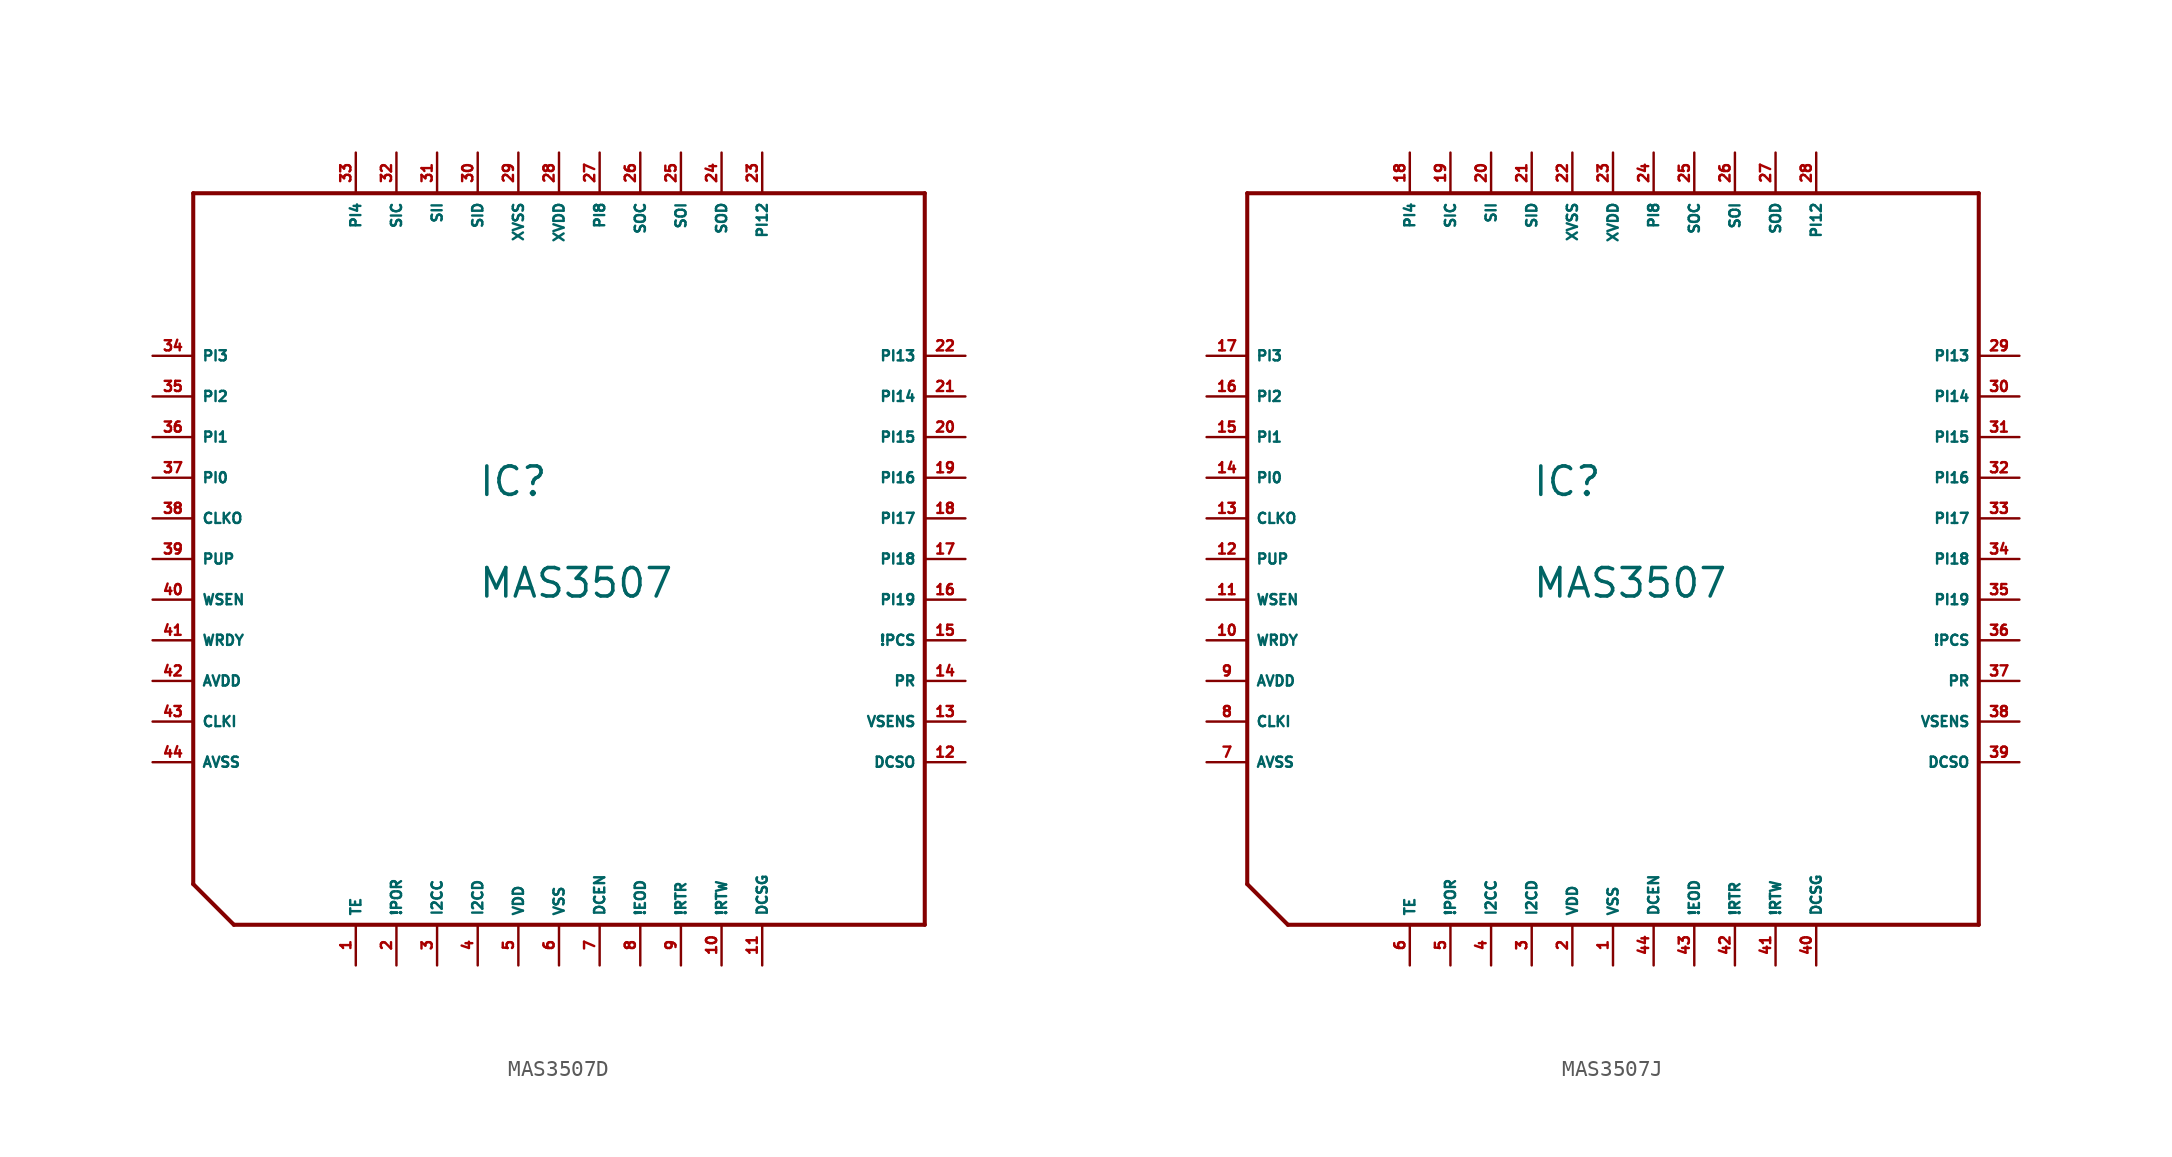
<source format=kicad_sym>
(kicad_symbol_lib
  (version 20220914)
  (generator Eagle2Kicad)
  (symbol "MAS3507D"
    (property "Reference" "IC"
      (at -5.08 3.81 0)
      (effects (font (size 1.778 1.778) (thickness 0.22)) (justify left bottom)))
    (property "Value" "MAS3507"
      (at -5.08 -2.54 0)
      (effects (font (size 1.778 1.778) (thickness 0.22)) (justify left bottom)))
    (polyline
      (pts (xy -22.86 22.86) (xy 22.86 22.86))
      (stroke (width 0.254) (type default))
      (fill (type none)))
    (polyline
      (pts (xy 22.86 22.86) (xy 22.86 -22.86))
      (stroke (width 0.254) (type default))
      (fill (type none)))
    (polyline
      (pts (xy 22.86 -22.86) (xy -20.32 -22.86))
      (stroke (width 0.254) (type default))
      (fill (type none)))
    (polyline
      (pts (xy -20.32 -22.86) (xy -22.86 -20.32))
      (stroke (width 0.254) (type default))
      (fill (type none)))
    (polyline
      (pts (xy -22.86 -20.32) (xy -22.86 22.86))
      (stroke (width 0.254) (type default))
      (fill (type none)))
    (pin input line
      (at -12.7 -25.4 90)
      (length 2.54)
      (name "TE" (effects (font (size 0.635 0.635) (thickness 0.08)) (justify left bottom)))
      (number "1" (effects (font (size 0.635 0.635) (thickness 0.08)) (justify left bottom))))
    (pin input line
      (at -10.16 -25.4 90)
      (length 2.54)
      (name "!POR" (effects (font (size 0.635 0.635) (thickness 0.08)) (justify left bottom)))
      (number "2" (effects (font (size 0.635 0.635) (thickness 0.08)) (justify left bottom))))
    (pin bidirectional line
      (at -7.62 -25.4 90)
      (length 2.54)
      (name "I2CC" (effects (font (size 0.635 0.635) (thickness 0.08)) (justify left bottom)))
      (number "3" (effects (font (size 0.635 0.635) (thickness 0.08)) (justify left bottom))))
    (pin bidirectional line
      (at -5.08 -25.4 90)
      (length 2.54)
      (name "I2CD" (effects (font (size 0.635 0.635) (thickness 0.08)) (justify left bottom)))
      (number "4" (effects (font (size 0.635 0.635) (thickness 0.08)) (justify left bottom))))
    (pin unspecified line
      (at -2.54 -25.4 90)
      (length 2.54)
      (name "VDD" (effects (font (size 0.635 0.635) (thickness 0.08)) (justify left bottom)))
      (number "5" (effects (font (size 0.635 0.635) (thickness 0.08)) (justify left bottom))))
    (pin unspecified line
      (at 0 -25.4 90)
      (length 2.54)
      (name "VSS" (effects (font (size 0.635 0.635) (thickness 0.08)) (justify left bottom)))
      (number "6" (effects (font (size 0.635 0.635) (thickness 0.08)) (justify left bottom))))
    (pin input line
      (at 2.54 -25.4 90)
      (length 2.54)
      (name "DCEN" (effects (font (size 0.635 0.635) (thickness 0.08)) (justify left bottom)))
      (number "7" (effects (font (size 0.635 0.635) (thickness 0.08)) (justify left bottom))))
    (pin output line
      (at 5.08 -25.4 90)
      (length 2.54)
      (name "!EOD" (effects (font (size 0.635 0.635) (thickness 0.08)) (justify left bottom)))
      (number "8" (effects (font (size 0.635 0.635) (thickness 0.08)) (justify left bottom))))
    (pin output line
      (at 7.62 -25.4 90)
      (length 2.54)
      (name "!RTR" (effects (font (size 0.635 0.635) (thickness 0.08)) (justify left bottom)))
      (number "9" (effects (font (size 0.635 0.635) (thickness 0.08)) (justify left bottom))))
    (pin output line
      (at 10.16 -25.4 90)
      (length 2.54)
      (name "!RTW" (effects (font (size 0.635 0.635) (thickness 0.08)) (justify left bottom)))
      (number "10" (effects (font (size 0.635 0.635) (thickness 0.08)) (justify left bottom))))
    (pin unspecified line
      (at 12.7 -25.4 90)
      (length 2.54)
      (name "DCSG" (effects (font (size 0.635 0.635) (thickness 0.08)) (justify left bottom)))
      (number "11" (effects (font (size 0.635 0.635) (thickness 0.08)) (justify left bottom))))
    (pin output line
      (at 25.4 -12.7 180)
      (length 2.54)
      (name "DCSO" (effects (font (size 0.635 0.635) (thickness 0.08)) (justify left bottom)))
      (number "12" (effects (font (size 0.635 0.635) (thickness 0.08)) (justify left bottom))))
    (pin input line
      (at 25.4 -10.16 180)
      (length 2.54)
      (name "VSENS" (effects (font (size 0.635 0.635) (thickness 0.08)) (justify left bottom)))
      (number "13" (effects (font (size 0.635 0.635) (thickness 0.08)) (justify left bottom))))
    (pin input line
      (at 25.4 -7.62 180)
      (length 2.54)
      (name "PR" (effects (font (size 0.635 0.635) (thickness 0.08)) (justify left bottom)))
      (number "14" (effects (font (size 0.635 0.635) (thickness 0.08)) (justify left bottom))))
    (pin input line
      (at 25.4 -5.08 180)
      (length 2.54)
      (name "!PCS" (effects (font (size 0.635 0.635) (thickness 0.08)) (justify left bottom)))
      (number "15" (effects (font (size 0.635 0.635) (thickness 0.08)) (justify left bottom))))
    (pin bidirectional line
      (at 25.4 -2.54 180)
      (length 2.54)
      (name "PI19" (effects (font (size 0.635 0.635) (thickness 0.08)) (justify left bottom)))
      (number "16" (effects (font (size 0.635 0.635) (thickness 0.08)) (justify left bottom))))
    (pin bidirectional line
      (at 25.4 0 180)
      (length 2.54)
      (name "PI18" (effects (font (size 0.635 0.635) (thickness 0.08)) (justify left bottom)))
      (number "17" (effects (font (size 0.635 0.635) (thickness 0.08)) (justify left bottom))))
    (pin bidirectional line
      (at 25.4 2.54 180)
      (length 2.54)
      (name "PI17" (effects (font (size 0.635 0.635) (thickness 0.08)) (justify left bottom)))
      (number "18" (effects (font (size 0.635 0.635) (thickness 0.08)) (justify left bottom))))
    (pin bidirectional line
      (at 25.4 5.08 180)
      (length 2.54)
      (name "PI16" (effects (font (size 0.635 0.635) (thickness 0.08)) (justify left bottom)))
      (number "19" (effects (font (size 0.635 0.635) (thickness 0.08)) (justify left bottom))))
    (pin bidirectional line
      (at 25.4 7.62 180)
      (length 2.54)
      (name "PI15" (effects (font (size 0.635 0.635) (thickness 0.08)) (justify left bottom)))
      (number "20" (effects (font (size 0.635 0.635) (thickness 0.08)) (justify left bottom))))
    (pin bidirectional line
      (at 25.4 10.16 180)
      (length 2.54)
      (name "PI14" (effects (font (size 0.635 0.635) (thickness 0.08)) (justify left bottom)))
      (number "21" (effects (font (size 0.635 0.635) (thickness 0.08)) (justify left bottom))))
    (pin bidirectional line
      (at 25.4 12.7 180)
      (length 2.54)
      (name "PI13" (effects (font (size 0.635 0.635) (thickness 0.08)) (justify left bottom)))
      (number "22" (effects (font (size 0.635 0.635) (thickness 0.08)) (justify left bottom))))
    (pin bidirectional line
      (at 12.7 25.4 270)
      (length 2.54)
      (name "PI12" (effects (font (size 0.635 0.635) (thickness 0.08)) (justify left bottom)))
      (number "23" (effects (font (size 0.635 0.635) (thickness 0.08)) (justify left bottom))))
    (pin output line
      (at 10.16 25.4 270)
      (length 2.54)
      (name "SOD" (effects (font (size 0.635 0.635) (thickness 0.08)) (justify left bottom)))
      (number "24" (effects (font (size 0.635 0.635) (thickness 0.08)) (justify left bottom))))
    (pin output line
      (at 7.62 25.4 270)
      (length 2.54)
      (name "SOI" (effects (font (size 0.635 0.635) (thickness 0.08)) (justify left bottom)))
      (number "25" (effects (font (size 0.635 0.635) (thickness 0.08)) (justify left bottom))))
    (pin output line
      (at 5.08 25.4 270)
      (length 2.54)
      (name "SOC" (effects (font (size 0.635 0.635) (thickness 0.08)) (justify left bottom)))
      (number "26" (effects (font (size 0.635 0.635) (thickness 0.08)) (justify left bottom))))
    (pin bidirectional line
      (at 2.54 25.4 270)
      (length 2.54)
      (name "PI8" (effects (font (size 0.635 0.635) (thickness 0.08)) (justify left bottom)))
      (number "27" (effects (font (size 0.635 0.635) (thickness 0.08)) (justify left bottom))))
    (pin unspecified line
      (at 0 25.4 270)
      (length 2.54)
      (name "XVDD" (effects (font (size 0.635 0.635) (thickness 0.08)) (justify left bottom)))
      (number "28" (effects (font (size 0.635 0.635) (thickness 0.08)) (justify left bottom))))
    (pin unspecified line
      (at -2.54 25.4 270)
      (length 2.54)
      (name "XVSS" (effects (font (size 0.635 0.635) (thickness 0.08)) (justify left bottom)))
      (number "29" (effects (font (size 0.635 0.635) (thickness 0.08)) (justify left bottom))))
    (pin input line
      (at -5.08 25.4 270)
      (length 2.54)
      (name "SID" (effects (font (size 0.635 0.635) (thickness 0.08)) (justify left bottom)))
      (number "30" (effects (font (size 0.635 0.635) (thickness 0.08)) (justify left bottom))))
    (pin input line
      (at -7.62 25.4 270)
      (length 2.54)
      (name "SII" (effects (font (size 0.635 0.635) (thickness 0.08)) (justify left bottom)))
      (number "31" (effects (font (size 0.635 0.635) (thickness 0.08)) (justify left bottom))))
    (pin input line
      (at -10.16 25.4 270)
      (length 2.54)
      (name "SIC" (effects (font (size 0.635 0.635) (thickness 0.08)) (justify left bottom)))
      (number "32" (effects (font (size 0.635 0.635) (thickness 0.08)) (justify left bottom))))
    (pin bidirectional line
      (at -12.7 25.4 270)
      (length 2.54)
      (name "PI4" (effects (font (size 0.635 0.635) (thickness 0.08)) (justify left bottom)))
      (number "33" (effects (font (size 0.635 0.635) (thickness 0.08)) (justify left bottom))))
    (pin bidirectional line
      (at -25.4 12.7 0)
      (length 2.54)
      (name "PI3" (effects (font (size 0.635 0.635) (thickness 0.08)) (justify left bottom)))
      (number "34" (effects (font (size 0.635 0.635) (thickness 0.08)) (justify left bottom))))
    (pin bidirectional line
      (at -25.4 10.16 0)
      (length 2.54)
      (name "PI2" (effects (font (size 0.635 0.635) (thickness 0.08)) (justify left bottom)))
      (number "35" (effects (font (size 0.635 0.635) (thickness 0.08)) (justify left bottom))))
    (pin bidirectional line
      (at -25.4 7.62 0)
      (length 2.54)
      (name "PI1" (effects (font (size 0.635 0.635) (thickness 0.08)) (justify left bottom)))
      (number "36" (effects (font (size 0.635 0.635) (thickness 0.08)) (justify left bottom))))
    (pin bidirectional line
      (at -25.4 5.08 0)
      (length 2.54)
      (name "PI0" (effects (font (size 0.635 0.635) (thickness 0.08)) (justify left bottom)))
      (number "37" (effects (font (size 0.635 0.635) (thickness 0.08)) (justify left bottom))))
    (pin output line
      (at -25.4 2.54 0)
      (length 2.54)
      (name "CLKO" (effects (font (size 0.635 0.635) (thickness 0.08)) (justify left bottom)))
      (number "38" (effects (font (size 0.635 0.635) (thickness 0.08)) (justify left bottom))))
    (pin output line
      (at -25.4 0 0)
      (length 2.54)
      (name "PUP" (effects (font (size 0.635 0.635) (thickness 0.08)) (justify left bottom)))
      (number "39" (effects (font (size 0.635 0.635) (thickness 0.08)) (justify left bottom))))
    (pin input line
      (at -25.4 -2.54 0)
      (length 2.54)
      (name "WSEN" (effects (font (size 0.635 0.635) (thickness 0.08)) (justify left bottom)))
      (number "40" (effects (font (size 0.635 0.635) (thickness 0.08)) (justify left bottom))))
    (pin output line
      (at -25.4 -5.08 0)
      (length 2.54)
      (name "WRDY" (effects (font (size 0.635 0.635) (thickness 0.08)) (justify left bottom)))
      (number "41" (effects (font (size 0.635 0.635) (thickness 0.08)) (justify left bottom))))
    (pin unspecified line
      (at -25.4 -7.62 0)
      (length 2.54)
      (name "AVDD" (effects (font (size 0.635 0.635) (thickness 0.08)) (justify left bottom)))
      (number "42" (effects (font (size 0.635 0.635) (thickness 0.08)) (justify left bottom))))
    (pin input line
      (at -25.4 -10.16 0)
      (length 2.54)
      (name "CLKI" (effects (font (size 0.635 0.635) (thickness 0.08)) (justify left bottom)))
      (number "43" (effects (font (size 0.635 0.635) (thickness 0.08)) (justify left bottom))))
    (pin unspecified line
      (at -25.4 -12.7 0)
      (length 2.54)
      (name "AVSS" (effects (font (size 0.635 0.635) (thickness 0.08)) (justify left bottom)))
      (number "44" (effects (font (size 0.635 0.635) (thickness 0.08)) (justify left bottom)))))
  (symbol "MAS3507J"
    (property "Reference" "IC"
      (at -5.08 3.81 0)
      (effects (font (size 1.778 1.778) (thickness 0.22)) (justify left bottom)))
    (property "Value" "MAS3507"
      (at -5.08 -2.54 0)
      (effects (font (size 1.778 1.778) (thickness 0.22)) (justify left bottom)))
    (polyline
      (pts (xy -22.86 22.86) (xy 22.86 22.86))
      (stroke (width 0.254) (type default))
      (fill (type none)))
    (polyline
      (pts (xy 22.86 22.86) (xy 22.86 -22.86))
      (stroke (width 0.254) (type default))
      (fill (type none)))
    (polyline
      (pts (xy 22.86 -22.86) (xy -20.32 -22.86))
      (stroke (width 0.254) (type default))
      (fill (type none)))
    (polyline
      (pts (xy -20.32 -22.86) (xy -22.86 -20.32))
      (stroke (width 0.254) (type default))
      (fill (type none)))
    (polyline
      (pts (xy -22.86 -20.32) (xy -22.86 22.86))
      (stroke (width 0.254) (type default))
      (fill (type none)))
    (pin input line
      (at -12.7 -25.4 90)
      (length 2.54)
      (name "TE" (effects (font (size 0.635 0.635) (thickness 0.08)) (justify left bottom)))
      (number "6" (effects (font (size 0.635 0.635) (thickness 0.08)) (justify left bottom))))
    (pin input line
      (at -10.16 -25.4 90)
      (length 2.54)
      (name "!POR" (effects (font (size 0.635 0.635) (thickness 0.08)) (justify left bottom)))
      (number "5" (effects (font (size 0.635 0.635) (thickness 0.08)) (justify left bottom))))
    (pin bidirectional line
      (at -7.62 -25.4 90)
      (length 2.54)
      (name "I2CC" (effects (font (size 0.635 0.635) (thickness 0.08)) (justify left bottom)))
      (number "4" (effects (font (size 0.635 0.635) (thickness 0.08)) (justify left bottom))))
    (pin bidirectional line
      (at -5.08 -25.4 90)
      (length 2.54)
      (name "I2CD" (effects (font (size 0.635 0.635) (thickness 0.08)) (justify left bottom)))
      (number "3" (effects (font (size 0.635 0.635) (thickness 0.08)) (justify left bottom))))
    (pin unspecified line
      (at -2.54 -25.4 90)
      (length 2.54)
      (name "VDD" (effects (font (size 0.635 0.635) (thickness 0.08)) (justify left bottom)))
      (number "2" (effects (font (size 0.635 0.635) (thickness 0.08)) (justify left bottom))))
    (pin unspecified line
      (at 0 -25.4 90)
      (length 2.54)
      (name "VSS" (effects (font (size 0.635 0.635) (thickness 0.08)) (justify left bottom)))
      (number "1" (effects (font (size 0.635 0.635) (thickness 0.08)) (justify left bottom))))
    (pin input line
      (at 2.54 -25.4 90)
      (length 2.54)
      (name "DCEN" (effects (font (size 0.635 0.635) (thickness 0.08)) (justify left bottom)))
      (number "44" (effects (font (size 0.635 0.635) (thickness 0.08)) (justify left bottom))))
    (pin output line
      (at 5.08 -25.4 90)
      (length 2.54)
      (name "!EOD" (effects (font (size 0.635 0.635) (thickness 0.08)) (justify left bottom)))
      (number "43" (effects (font (size 0.635 0.635) (thickness 0.08)) (justify left bottom))))
    (pin output line
      (at 7.62 -25.4 90)
      (length 2.54)
      (name "!RTR" (effects (font (size 0.635 0.635) (thickness 0.08)) (justify left bottom)))
      (number "42" (effects (font (size 0.635 0.635) (thickness 0.08)) (justify left bottom))))
    (pin output line
      (at 10.16 -25.4 90)
      (length 2.54)
      (name "!RTW" (effects (font (size 0.635 0.635) (thickness 0.08)) (justify left bottom)))
      (number "41" (effects (font (size 0.635 0.635) (thickness 0.08)) (justify left bottom))))
    (pin unspecified line
      (at 12.7 -25.4 90)
      (length 2.54)
      (name "DCSG" (effects (font (size 0.635 0.635) (thickness 0.08)) (justify left bottom)))
      (number "40" (effects (font (size 0.635 0.635) (thickness 0.08)) (justify left bottom))))
    (pin output line
      (at 25.4 -12.7 180)
      (length 2.54)
      (name "DCSO" (effects (font (size 0.635 0.635) (thickness 0.08)) (justify left bottom)))
      (number "39" (effects (font (size 0.635 0.635) (thickness 0.08)) (justify left bottom))))
    (pin input line
      (at 25.4 -10.16 180)
      (length 2.54)
      (name "VSENS" (effects (font (size 0.635 0.635) (thickness 0.08)) (justify left bottom)))
      (number "38" (effects (font (size 0.635 0.635) (thickness 0.08)) (justify left bottom))))
    (pin input line
      (at 25.4 -7.62 180)
      (length 2.54)
      (name "PR" (effects (font (size 0.635 0.635) (thickness 0.08)) (justify left bottom)))
      (number "37" (effects (font (size 0.635 0.635) (thickness 0.08)) (justify left bottom))))
    (pin input line
      (at 25.4 -5.08 180)
      (length 2.54)
      (name "!PCS" (effects (font (size 0.635 0.635) (thickness 0.08)) (justify left bottom)))
      (number "36" (effects (font (size 0.635 0.635) (thickness 0.08)) (justify left bottom))))
    (pin bidirectional line
      (at 25.4 -2.54 180)
      (length 2.54)
      (name "PI19" (effects (font (size 0.635 0.635) (thickness 0.08)) (justify left bottom)))
      (number "35" (effects (font (size 0.635 0.635) (thickness 0.08)) (justify left bottom))))
    (pin bidirectional line
      (at 25.4 0 180)
      (length 2.54)
      (name "PI18" (effects (font (size 0.635 0.635) (thickness 0.08)) (justify left bottom)))
      (number "34" (effects (font (size 0.635 0.635) (thickness 0.08)) (justify left bottom))))
    (pin bidirectional line
      (at 25.4 2.54 180)
      (length 2.54)
      (name "PI17" (effects (font (size 0.635 0.635) (thickness 0.08)) (justify left bottom)))
      (number "33" (effects (font (size 0.635 0.635) (thickness 0.08)) (justify left bottom))))
    (pin bidirectional line
      (at 25.4 5.08 180)
      (length 2.54)
      (name "PI16" (effects (font (size 0.635 0.635) (thickness 0.08)) (justify left bottom)))
      (number "32" (effects (font (size 0.635 0.635) (thickness 0.08)) (justify left bottom))))
    (pin bidirectional line
      (at 25.4 7.62 180)
      (length 2.54)
      (name "PI15" (effects (font (size 0.635 0.635) (thickness 0.08)) (justify left bottom)))
      (number "31" (effects (font (size 0.635 0.635) (thickness 0.08)) (justify left bottom))))
    (pin bidirectional line
      (at 25.4 10.16 180)
      (length 2.54)
      (name "PI14" (effects (font (size 0.635 0.635) (thickness 0.08)) (justify left bottom)))
      (number "30" (effects (font (size 0.635 0.635) (thickness 0.08)) (justify left bottom))))
    (pin bidirectional line
      (at 25.4 12.7 180)
      (length 2.54)
      (name "PI13" (effects (font (size 0.635 0.635) (thickness 0.08)) (justify left bottom)))
      (number "29" (effects (font (size 0.635 0.635) (thickness 0.08)) (justify left bottom))))
    (pin bidirectional line
      (at 12.7 25.4 270)
      (length 2.54)
      (name "PI12" (effects (font (size 0.635 0.635) (thickness 0.08)) (justify left bottom)))
      (number "28" (effects (font (size 0.635 0.635) (thickness 0.08)) (justify left bottom))))
    (pin output line
      (at 10.16 25.4 270)
      (length 2.54)
      (name "SOD" (effects (font (size 0.635 0.635) (thickness 0.08)) (justify left bottom)))
      (number "27" (effects (font (size 0.635 0.635) (thickness 0.08)) (justify left bottom))))
    (pin output line
      (at 7.62 25.4 270)
      (length 2.54)
      (name "SOI" (effects (font (size 0.635 0.635) (thickness 0.08)) (justify left bottom)))
      (number "26" (effects (font (size 0.635 0.635) (thickness 0.08)) (justify left bottom))))
    (pin output line
      (at 5.08 25.4 270)
      (length 2.54)
      (name "SOC" (effects (font (size 0.635 0.635) (thickness 0.08)) (justify left bottom)))
      (number "25" (effects (font (size 0.635 0.635) (thickness 0.08)) (justify left bottom))))
    (pin bidirectional line
      (at 2.54 25.4 270)
      (length 2.54)
      (name "PI8" (effects (font (size 0.635 0.635) (thickness 0.08)) (justify left bottom)))
      (number "24" (effects (font (size 0.635 0.635) (thickness 0.08)) (justify left bottom))))
    (pin unspecified line
      (at 0 25.4 270)
      (length 2.54)
      (name "XVDD" (effects (font (size 0.635 0.635) (thickness 0.08)) (justify left bottom)))
      (number "23" (effects (font (size 0.635 0.635) (thickness 0.08)) (justify left bottom))))
    (pin unspecified line
      (at -2.54 25.4 270)
      (length 2.54)
      (name "XVSS" (effects (font (size 0.635 0.635) (thickness 0.08)) (justify left bottom)))
      (number "22" (effects (font (size 0.635 0.635) (thickness 0.08)) (justify left bottom))))
    (pin input line
      (at -5.08 25.4 270)
      (length 2.54)
      (name "SID" (effects (font (size 0.635 0.635) (thickness 0.08)) (justify left bottom)))
      (number "21" (effects (font (size 0.635 0.635) (thickness 0.08)) (justify left bottom))))
    (pin input line
      (at -7.62 25.4 270)
      (length 2.54)
      (name "SII" (effects (font (size 0.635 0.635) (thickness 0.08)) (justify left bottom)))
      (number "20" (effects (font (size 0.635 0.635) (thickness 0.08)) (justify left bottom))))
    (pin input line
      (at -10.16 25.4 270)
      (length 2.54)
      (name "SIC" (effects (font (size 0.635 0.635) (thickness 0.08)) (justify left bottom)))
      (number "19" (effects (font (size 0.635 0.635) (thickness 0.08)) (justify left bottom))))
    (pin bidirectional line
      (at -12.7 25.4 270)
      (length 2.54)
      (name "PI4" (effects (font (size 0.635 0.635) (thickness 0.08)) (justify left bottom)))
      (number "18" (effects (font (size 0.635 0.635) (thickness 0.08)) (justify left bottom))))
    (pin bidirectional line
      (at -25.4 12.7 0)
      (length 2.54)
      (name "PI3" (effects (font (size 0.635 0.635) (thickness 0.08)) (justify left bottom)))
      (number "17" (effects (font (size 0.635 0.635) (thickness 0.08)) (justify left bottom))))
    (pin bidirectional line
      (at -25.4 10.16 0)
      (length 2.54)
      (name "PI2" (effects (font (size 0.635 0.635) (thickness 0.08)) (justify left bottom)))
      (number "16" (effects (font (size 0.635 0.635) (thickness 0.08)) (justify left bottom))))
    (pin bidirectional line
      (at -25.4 7.62 0)
      (length 2.54)
      (name "PI1" (effects (font (size 0.635 0.635) (thickness 0.08)) (justify left bottom)))
      (number "15" (effects (font (size 0.635 0.635) (thickness 0.08)) (justify left bottom))))
    (pin bidirectional line
      (at -25.4 5.08 0)
      (length 2.54)
      (name "PI0" (effects (font (size 0.635 0.635) (thickness 0.08)) (justify left bottom)))
      (number "14" (effects (font (size 0.635 0.635) (thickness 0.08)) (justify left bottom))))
    (pin output line
      (at -25.4 2.54 0)
      (length 2.54)
      (name "CLKO" (effects (font (size 0.635 0.635) (thickness 0.08)) (justify left bottom)))
      (number "13" (effects (font (size 0.635 0.635) (thickness 0.08)) (justify left bottom))))
    (pin output line
      (at -25.4 0 0)
      (length 2.54)
      (name "PUP" (effects (font (size 0.635 0.635) (thickness 0.08)) (justify left bottom)))
      (number "12" (effects (font (size 0.635 0.635) (thickness 0.08)) (justify left bottom))))
    (pin input line
      (at -25.4 -2.54 0)
      (length 2.54)
      (name "WSEN" (effects (font (size 0.635 0.635) (thickness 0.08)) (justify left bottom)))
      (number "11" (effects (font (size 0.635 0.635) (thickness 0.08)) (justify left bottom))))
    (pin output line
      (at -25.4 -5.08 0)
      (length 2.54)
      (name "WRDY" (effects (font (size 0.635 0.635) (thickness 0.08)) (justify left bottom)))
      (number "10" (effects (font (size 0.635 0.635) (thickness 0.08)) (justify left bottom))))
    (pin unspecified line
      (at -25.4 -7.62 0)
      (length 2.54)
      (name "AVDD" (effects (font (size 0.635 0.635) (thickness 0.08)) (justify left bottom)))
      (number "9" (effects (font (size 0.635 0.635) (thickness 0.08)) (justify left bottom))))
    (pin input line
      (at -25.4 -10.16 0)
      (length 2.54)
      (name "CLKI" (effects (font (size 0.635 0.635) (thickness 0.08)) (justify left bottom)))
      (number "8" (effects (font (size 0.635 0.635) (thickness 0.08)) (justify left bottom))))
    (pin unspecified line
      (at -25.4 -12.7 0)
      (length 2.54)
      (name "AVSS" (effects (font (size 0.635 0.635) (thickness 0.08)) (justify left bottom)))
      (number "7" (effects (font (size 0.635 0.635) (thickness 0.08)) (justify left bottom))))))
</source>
